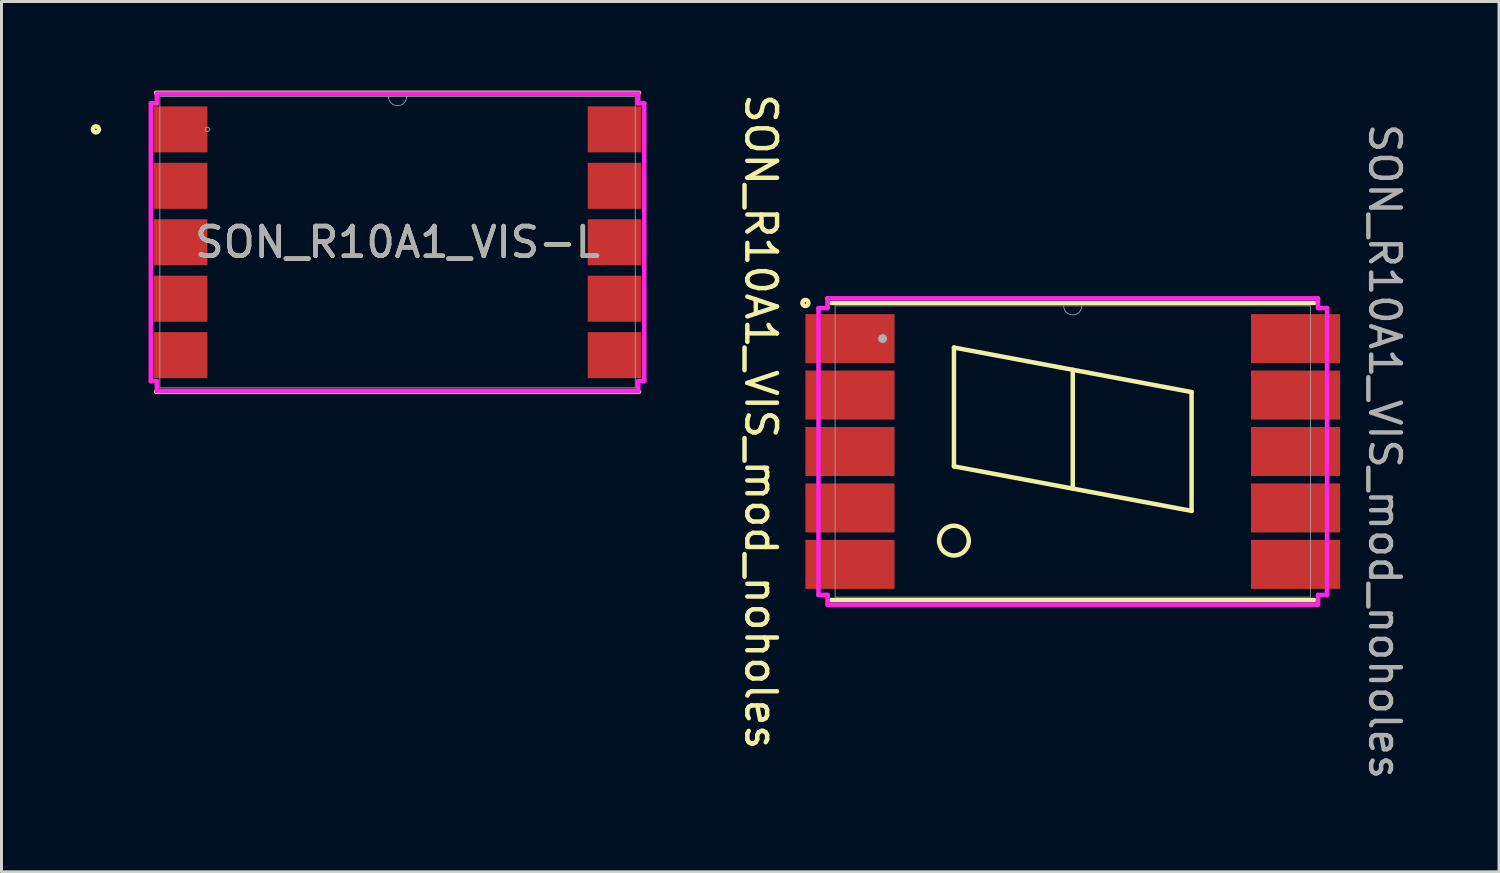
<source format=kicad_pcb>
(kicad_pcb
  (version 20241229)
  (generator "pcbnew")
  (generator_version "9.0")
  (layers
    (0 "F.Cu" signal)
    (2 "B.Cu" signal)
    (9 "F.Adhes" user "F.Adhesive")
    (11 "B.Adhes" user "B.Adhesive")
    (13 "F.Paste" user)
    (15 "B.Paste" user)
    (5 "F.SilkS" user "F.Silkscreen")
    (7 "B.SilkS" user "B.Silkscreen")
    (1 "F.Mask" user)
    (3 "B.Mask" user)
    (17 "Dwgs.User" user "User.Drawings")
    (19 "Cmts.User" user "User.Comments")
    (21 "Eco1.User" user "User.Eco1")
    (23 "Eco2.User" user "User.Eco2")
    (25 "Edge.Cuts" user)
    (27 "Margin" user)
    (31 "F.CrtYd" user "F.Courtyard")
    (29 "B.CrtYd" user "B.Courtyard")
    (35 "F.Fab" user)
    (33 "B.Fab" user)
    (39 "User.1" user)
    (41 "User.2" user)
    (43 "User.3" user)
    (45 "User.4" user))
  (footprint "SON_R10A1_VIS-L"
    (layer "F.Cu")
    (at 10.333 5.105)
    (property "Reference" "SON_R10A1_VIS-L" (at 0 0 0) (unlocked yes) (layer "F.SilkS") (effects (font (size 1 1) (thickness 0.15))))
    (attr smd)
    (fp_line (start -8.128 5.029) (end 8.128 5.029) (stroke (width 0.152) (type solid)) (layer "F.SilkS"))
    (fp_line (start 8.128 -5.029) (end -8.128 -5.029) (stroke (width 0.152) (type solid)) (layer "F.SilkS"))
    (fp_circle (center -10.155 -3.8) (end -10.053 -3.8) (stroke (width 0.152) (type solid)) (fill no) (layer "F.SilkS"))
    (fp_line (start -8.306 -4.676) (end -8.103 -4.676) (stroke (width 0.152) (type solid)) (layer "F.CrtYd"))
    (fp_line (start -8.306 4.676) (end -8.306 -4.676) (stroke (width 0.152) (type solid)) (layer "F.CrtYd"))
    (fp_line (start -8.306 4.676) (end -8.103 4.676) (stroke (width 0.152) (type solid)) (layer "F.CrtYd"))
    (fp_line (start -8.103 -5.004) (end 8.103 -5.004) (stroke (width 0.152) (type solid)) (layer "F.CrtYd"))
    (fp_line (start -8.103 -4.676) (end -8.103 -5.004) (stroke (width 0.152) (type solid)) (layer "F.CrtYd"))
    (fp_line (start -8.103 5.004) (end -8.103 4.676) (stroke (width 0.152) (type solid)) (layer "F.CrtYd"))
    (fp_line (start 8.103 -5.004) (end 8.103 -4.676) (stroke (width 0.152) (type solid)) (layer "F.CrtYd"))
    (fp_line (start 8.103 4.676) (end 8.103 5.004) (stroke (width 0.152) (type solid)) (layer "F.CrtYd"))
    (fp_line (start 8.103 5.004) (end -8.103 5.004) (stroke (width 0.152) (type solid)) (layer "F.CrtYd"))
    (fp_line (start 8.306 -4.676) (end 8.103 -4.676) (stroke (width 0.152) (type solid)) (layer "F.CrtYd"))
    (fp_line (start 8.306 -4.676) (end 8.306 4.676) (stroke (width 0.152) (type solid)) (layer "F.CrtYd"))
    (fp_line (start 8.306 4.676) (end 8.103 4.676) (stroke (width 0.152) (type solid)) (layer "F.CrtYd"))
    (fp_line (start -8.001 -4.902) (end -8.001 4.902) (stroke (width 0.025) (type solid)) (layer "F.Fab"))
    (fp_line (start -8.001 4.902) (end 8.001 4.902) (stroke (width 0.025) (type solid)) (layer "F.Fab"))
    (fp_line (start 8.001 -4.902) (end -8.001 -4.902) (stroke (width 0.025) (type solid)) (layer "F.Fab"))
    (fp_line (start 8.001 4.902) (end 8.001 -4.902) (stroke (width 0.025) (type solid)) (layer "F.Fab"))
    (fp_arc (start 0.3048 -4.9022) (mid 0 -4.5974) (end -0.3048 -4.9022) (stroke (width 0.0254) (type solid)) (layer "F.Fab"))
    (fp_circle (center -6.401 -3.8) (end -6.325 -3.8) (stroke (width 0.025) (type solid)) (fill no) (layer "F.Fab"))
    (fp_text user "${REFERENCE}" (at 0 0 0) (unlocked yes) (layer "F.Fab") (effects (font (size 1 1) (thickness 0.15))))
    (pad "1" smd rect (at -7.303 -3.8) (size 1.803 1.549) (layers "F.Cu" "F.Mask" "F.Paste"))
    (pad "2" smd rect (at -7.303 -1.9) (size 1.803 1.549) (layers "F.Cu" "F.Mask" "F.Paste"))
    (pad "3" smd rect (at -7.303 0) (size 1.803 1.549) (layers "F.Cu" "F.Mask" "F.Paste"))
    (pad "4" smd rect (at -7.303 1.9) (size 1.803 1.549) (layers "F.Cu" "F.Mask" "F.Paste"))
    (pad "5" smd rect (at -7.303 3.8) (size 1.803 1.549) (layers "F.Cu" "F.Mask" "F.Paste"))
    (pad "6" smd rect (at 7.303 3.8) (size 1.803 1.549) (layers "F.Cu" "F.Mask" "F.Paste"))
    (pad "7" smd rect (at 7.303 1.9) (size 1.803 1.549) (layers "F.Cu" "F.Mask" "F.Paste"))
    (pad "8" smd rect (at 7.303 0) (size 1.803 1.549) (layers "F.Cu" "F.Mask" "F.Paste"))
    (pad "9" smd rect (at 7.303 -1.9) (size 1.803 1.549) (layers "F.Cu" "F.Mask" "F.Paste"))
    (pad "10" smd rect (at 7.303 -3.8) (size 1.803 1.549) (layers "F.Cu" "F.Mask" "F.Paste")))
  (footprint "SON_R10A1_VIS_mod_noholes"
    (layer "F.Cu")
    (at 33.063 12.149)
    (property "Reference" "SON_R10A1_VIS_mod_noholes" (at -10.5 -1 270) (unlocked yes) (layer "F.SilkS") (effects (font (size 1 1) (thickness 0.15))))
    (attr smd)
    (fp_line (start -8.128 5) (end 8.128 5) (stroke (width 0.152) (type solid)) (layer "F.SilkS"))
    (fp_line (start -4 -3.5) (end 4 -2) (stroke (width 0.15) (type default)) (layer "F.SilkS"))
    (fp_line (start -4 0.5) (end -4 -3.5) (stroke (width 0.15) (type default)) (layer "F.SilkS"))
    (fp_line (start 0 -2.75) (end 0 1.25) (stroke (width 0.15) (type default)) (layer "F.SilkS"))
    (fp_line (start 4 -2) (end 4 2) (stroke (width 0.15) (type default)) (layer "F.SilkS"))
    (fp_line (start 4 2) (end -4 0.5) (stroke (width 0.15) (type default)) (layer "F.SilkS"))
    (fp_line (start 8.128 -5) (end -8.128 -5) (stroke (width 0.152) (type solid)) (layer "F.SilkS"))
    (fp_circle (center -9 -5) (end -8.898 -5) (stroke (width 0.152) (type solid)) (fill no) (layer "F.SilkS"))
    (fp_circle (center -4 3) (end -4 3.5) (stroke (width 0.15) (type default)) (fill no) (layer "F.SilkS"))
    (fp_line (start -8.56 -4.829) (end -8.255 -4.829) (stroke (width 0.152) (type solid)) (layer "F.CrtYd"))
    (fp_line (start -8.56 4.829) (end -8.56 -4.829) (stroke (width 0.152) (type solid)) (layer "F.CrtYd"))
    (fp_line (start -8.56 4.829) (end -8.255 4.829) (stroke (width 0.152) (type solid)) (layer "F.CrtYd"))
    (fp_line (start -8.255 -5.156) (end 8.255 -5.156) (stroke (width 0.152) (type solid)) (layer "F.CrtYd"))
    (fp_line (start -8.255 -4.829) (end -8.255 -5.156) (stroke (width 0.152) (type solid)) (layer "F.CrtYd"))
    (fp_line (start -8.255 5.156) (end -8.255 4.829) (stroke (width 0.152) (type solid)) (layer "F.CrtYd"))
    (fp_line (start 8.255 -5.156) (end 8.255 -4.829) (stroke (width 0.152) (type solid)) (layer "F.CrtYd"))
    (fp_line (start 8.255 4.829) (end 8.255 5.156) (stroke (width 0.152) (type solid)) (layer "F.CrtYd"))
    (fp_line (start 8.255 5.156) (end -8.255 5.156) (stroke (width 0.152) (type solid)) (layer "F.CrtYd"))
    (fp_line (start 8.56 -4.829) (end 8.255 -4.829) (stroke (width 0.152) (type solid)) (layer "F.CrtYd"))
    (fp_line (start 8.56 -4.829) (end 8.56 4.829) (stroke (width 0.152) (type solid)) (layer "F.CrtYd"))
    (fp_line (start 8.56 4.829) (end 8.255 4.829) (stroke (width 0.152) (type solid)) (layer "F.CrtYd"))
    (fp_line (start -8.001 -4.902) (end -8.001 4.902) (stroke (width 0.025) (type solid)) (layer "F.Fab"))
    (fp_line (start -8.001 4.902) (end 8.001 4.902) (stroke (width 0.025) (type solid)) (layer "F.Fab"))
    (fp_line (start 8.001 -4.902) (end -8.001 -4.902) (stroke (width 0.025) (type solid)) (layer "F.Fab"))
    (fp_line (start 8.001 4.902) (end 8.001 -4.902) (stroke (width 0.025) (type solid)) (layer "F.Fab"))
    (fp_arc (start 0.3048 -4.9022) (mid 0 -4.5974) (end -0.3048 -4.9022) (stroke (width 0.0254) (type solid)) (layer "F.Fab"))
    (fp_circle (center -6.401 -3.8) (end -6.325 -3.8) (stroke (width 0.15) (type solid)) (fill no) (layer "F.Fab"))
    (fp_text user "${REFERENCE}" (at 10.5 0 270) (unlocked yes) (layer "F.Fab") (effects (font (size 1 1) (thickness 0.15))))
    (pad "1" smd rect (at -7.5 -3.8) (size 3 1.65) (layers "F.Cu" "F.Mask" "F.Paste"))
    (pad "2" smd rect (at -7.5 -1.9) (size 3 1.65) (layers "F.Cu" "F.Mask" "F.Paste"))
    (pad "3" smd rect (at -7.5 0) (size 3 1.65) (layers "F.Cu" "F.Mask" "F.Paste"))
    (pad "4" smd rect (at -7.5 1.9) (size 3 1.65) (layers "F.Cu" "F.Mask" "F.Paste"))
    (pad "5" smd rect (at -7.5 3.8) (size 3 1.65) (layers "F.Cu" "F.Mask" "F.Paste"))
    (pad "6" smd rect (at 7.5 3.8) (size 3 1.65) (layers "F.Cu" "F.Mask" "F.Paste"))
    (pad "7" smd rect (at 7.5 1.9) (size 3 1.65) (layers "F.Cu" "F.Mask" "F.Paste"))
    (pad "8" smd rect (at 7.5 0) (size 3 1.65) (layers "F.Cu" "F.Mask" "F.Paste"))
    (pad "9" smd rect (at 7.5 -1.9) (size 3 1.65) (layers "F.Cu" "F.Mask" "F.Paste"))
    (pad "10" smd rect (at 7.5 -3.8) (size 3 1.65) (layers "F.Cu" "F.Mask" "F.Paste")))
  (gr_rect
    (start -3 -3)
    (end 47.411 26.298)
    (stroke (width 0.1) (type default))
    (fill no)
    (layer "Edge.Cuts")))
</source>
